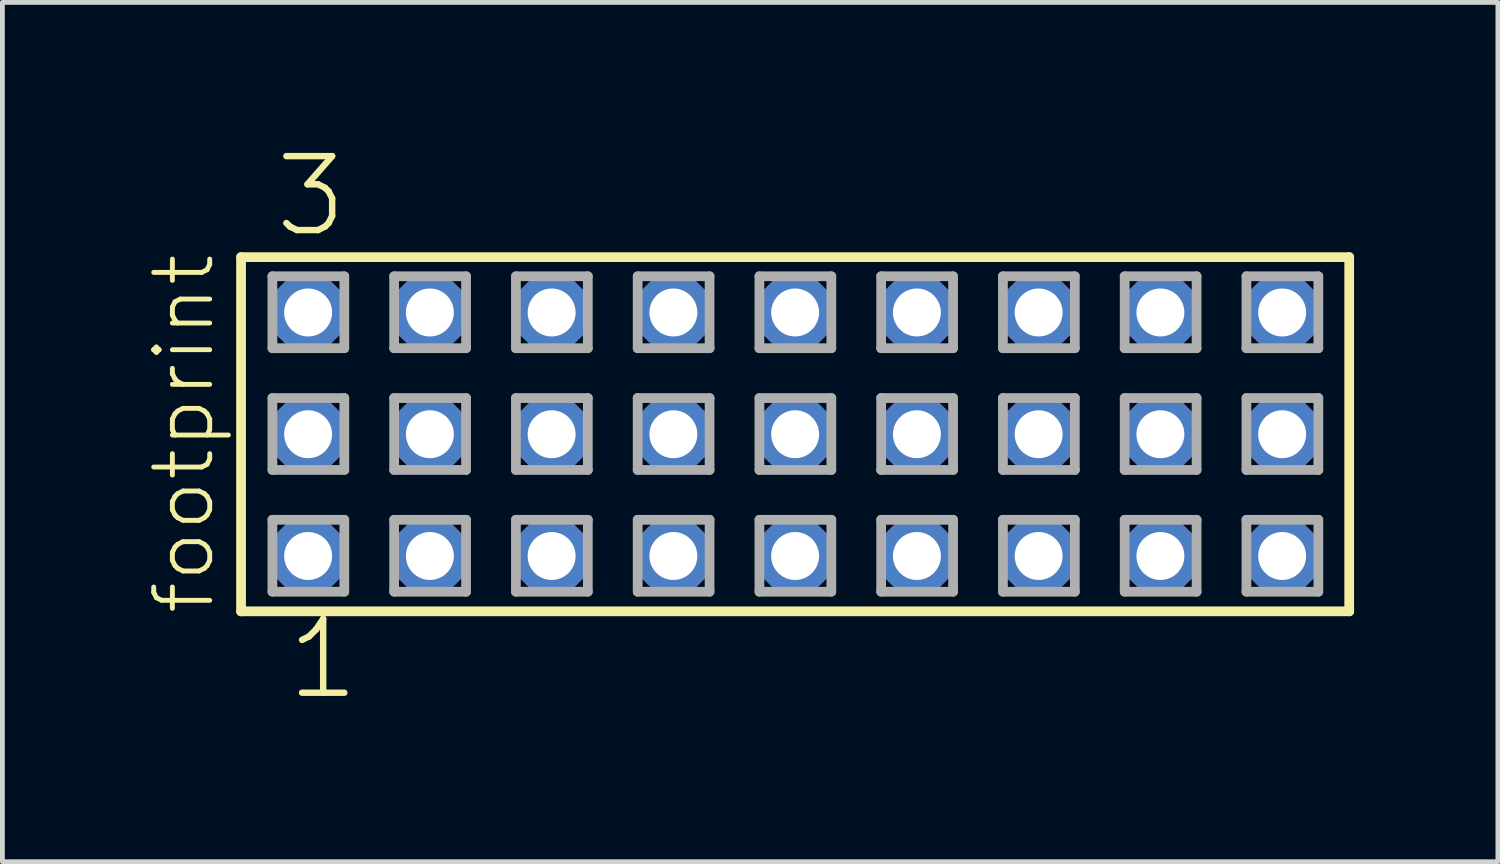
<source format=kicad_pcb>
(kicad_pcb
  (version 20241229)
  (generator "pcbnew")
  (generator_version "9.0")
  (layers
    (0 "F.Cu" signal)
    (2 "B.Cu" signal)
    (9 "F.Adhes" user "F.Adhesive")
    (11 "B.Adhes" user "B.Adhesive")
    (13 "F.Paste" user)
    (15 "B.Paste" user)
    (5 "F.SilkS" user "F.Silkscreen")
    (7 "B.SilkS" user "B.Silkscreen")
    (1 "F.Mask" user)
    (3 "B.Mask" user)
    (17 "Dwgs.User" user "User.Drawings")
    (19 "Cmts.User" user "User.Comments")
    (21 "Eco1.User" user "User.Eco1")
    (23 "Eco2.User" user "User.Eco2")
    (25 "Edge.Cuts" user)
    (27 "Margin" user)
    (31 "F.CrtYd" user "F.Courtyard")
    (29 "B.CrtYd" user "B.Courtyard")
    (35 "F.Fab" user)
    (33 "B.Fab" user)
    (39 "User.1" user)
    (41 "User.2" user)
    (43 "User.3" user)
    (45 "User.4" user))
  (footprint "footprint"
    (layer "F.Cu")
    (at 13.538 6.009)
    (property "Reference" "footprint" (at -12.065 3.81 90) (layer "F.SilkS") (effects (font (size 1.168 1.168) (thickness 0.102)) (justify left bottom)))
    (fp_line (start -11.559 -3.695) (end 11.559 -3.695) (stroke (width 0.203) (type solid)) (layer "F.SilkS"))
    (fp_line (start -11.559 3.695) (end -11.559 -3.695) (stroke (width 0.203) (type solid)) (layer "F.SilkS"))
    (fp_line (start 11.559 -3.695) (end 11.559 3.695) (stroke (width 0.203) (type solid)) (layer "F.SilkS"))
    (fp_line (start 11.559 3.695) (end -11.559 3.695) (stroke (width 0.203) (type solid)) (layer "F.SilkS"))
    (fp_line (start -10.905 -3.295) (end -9.405 -3.295) (stroke (width 0.203) (type solid)) (layer "F.Fab"))
    (fp_line (start -10.905 -1.795) (end -10.905 -3.295) (stroke (width 0.203) (type solid)) (layer "F.Fab"))
    (fp_line (start -10.905 -0.755) (end -9.405 -0.755) (stroke (width 0.203) (type solid)) (layer "F.Fab"))
    (fp_line (start -10.905 0.745) (end -10.905 -0.755) (stroke (width 0.203) (type solid)) (layer "F.Fab"))
    (fp_line (start -10.905 1.785) (end -9.405 1.785) (stroke (width 0.203) (type solid)) (layer "F.Fab"))
    (fp_line (start -10.905 3.285) (end -10.905 1.785) (stroke (width 0.203) (type solid)) (layer "F.Fab"))
    (fp_line (start -9.405 -3.295) (end -9.405 -1.795) (stroke (width 0.203) (type solid)) (layer "F.Fab"))
    (fp_line (start -9.405 -1.795) (end -10.905 -1.795) (stroke (width 0.203) (type solid)) (layer "F.Fab"))
    (fp_line (start -9.405 -0.755) (end -9.405 0.745) (stroke (width 0.203) (type solid)) (layer "F.Fab"))
    (fp_line (start -9.405 0.745) (end -10.905 0.745) (stroke (width 0.203) (type solid)) (layer "F.Fab"))
    (fp_line (start -9.405 1.785) (end -9.405 3.285) (stroke (width 0.203) (type solid)) (layer "F.Fab"))
    (fp_line (start -9.405 3.285) (end -10.905 3.285) (stroke (width 0.203) (type solid)) (layer "F.Fab"))
    (fp_line (start -8.365 -3.295) (end -6.865 -3.295) (stroke (width 0.203) (type solid)) (layer "F.Fab"))
    (fp_line (start -8.365 -1.795) (end -8.365 -3.295) (stroke (width 0.203) (type solid)) (layer "F.Fab"))
    (fp_line (start -8.365 -0.755) (end -6.865 -0.755) (stroke (width 0.203) (type solid)) (layer "F.Fab"))
    (fp_line (start -8.365 0.745) (end -8.365 -0.755) (stroke (width 0.203) (type solid)) (layer "F.Fab"))
    (fp_line (start -8.365 1.785) (end -6.865 1.785) (stroke (width 0.203) (type solid)) (layer "F.Fab"))
    (fp_line (start -8.365 3.285) (end -8.365 1.785) (stroke (width 0.203) (type solid)) (layer "F.Fab"))
    (fp_line (start -6.865 -3.295) (end -6.865 -1.795) (stroke (width 0.203) (type solid)) (layer "F.Fab"))
    (fp_line (start -6.865 -1.795) (end -8.365 -1.795) (stroke (width 0.203) (type solid)) (layer "F.Fab"))
    (fp_line (start -6.865 -0.755) (end -6.865 0.745) (stroke (width 0.203) (type solid)) (layer "F.Fab"))
    (fp_line (start -6.865 0.745) (end -8.365 0.745) (stroke (width 0.203) (type solid)) (layer "F.Fab"))
    (fp_line (start -6.865 1.785) (end -6.865 3.285) (stroke (width 0.203) (type solid)) (layer "F.Fab"))
    (fp_line (start -6.865 3.285) (end -8.365 3.285) (stroke (width 0.203) (type solid)) (layer "F.Fab"))
    (fp_line (start -5.825 -3.295) (end -4.325 -3.295) (stroke (width 0.203) (type solid)) (layer "F.Fab"))
    (fp_line (start -5.825 -1.795) (end -5.825 -3.295) (stroke (width 0.203) (type solid)) (layer "F.Fab"))
    (fp_line (start -5.825 -0.755) (end -4.325 -0.755) (stroke (width 0.203) (type solid)) (layer "F.Fab"))
    (fp_line (start -5.825 0.745) (end -5.825 -0.755) (stroke (width 0.203) (type solid)) (layer "F.Fab"))
    (fp_line (start -5.825 1.785) (end -4.325 1.785) (stroke (width 0.203) (type solid)) (layer "F.Fab"))
    (fp_line (start -5.825 3.285) (end -5.825 1.785) (stroke (width 0.203) (type solid)) (layer "F.Fab"))
    (fp_line (start -4.325 -3.295) (end -4.325 -1.795) (stroke (width 0.203) (type solid)) (layer "F.Fab"))
    (fp_line (start -4.325 -1.795) (end -5.825 -1.795) (stroke (width 0.203) (type solid)) (layer "F.Fab"))
    (fp_line (start -4.325 -0.755) (end -4.325 0.745) (stroke (width 0.203) (type solid)) (layer "F.Fab"))
    (fp_line (start -4.325 0.745) (end -5.825 0.745) (stroke (width 0.203) (type solid)) (layer "F.Fab"))
    (fp_line (start -4.325 1.785) (end -4.325 3.285) (stroke (width 0.203) (type solid)) (layer "F.Fab"))
    (fp_line (start -4.325 3.285) (end -5.825 3.285) (stroke (width 0.203) (type solid)) (layer "F.Fab"))
    (fp_line (start -3.285 -3.295) (end -1.785 -3.295) (stroke (width 0.203) (type solid)) (layer "F.Fab"))
    (fp_line (start -3.285 -1.795) (end -3.285 -3.295) (stroke (width 0.203) (type solid)) (layer "F.Fab"))
    (fp_line (start -3.285 -0.755) (end -1.785 -0.755) (stroke (width 0.203) (type solid)) (layer "F.Fab"))
    (fp_line (start -3.285 0.745) (end -3.285 -0.755) (stroke (width 0.203) (type solid)) (layer "F.Fab"))
    (fp_line (start -3.285 1.785) (end -1.785 1.785) (stroke (width 0.203) (type solid)) (layer "F.Fab"))
    (fp_line (start -3.285 3.285) (end -3.285 1.785) (stroke (width 0.203) (type solid)) (layer "F.Fab"))
    (fp_line (start -1.785 -3.295) (end -1.785 -1.795) (stroke (width 0.203) (type solid)) (layer "F.Fab"))
    (fp_line (start -1.785 -1.795) (end -3.285 -1.795) (stroke (width 0.203) (type solid)) (layer "F.Fab"))
    (fp_line (start -1.785 -0.755) (end -1.785 0.745) (stroke (width 0.203) (type solid)) (layer "F.Fab"))
    (fp_line (start -1.785 0.745) (end -3.285 0.745) (stroke (width 0.203) (type solid)) (layer "F.Fab"))
    (fp_line (start -1.785 1.785) (end -1.785 3.285) (stroke (width 0.203) (type solid)) (layer "F.Fab"))
    (fp_line (start -1.785 3.285) (end -3.285 3.285) (stroke (width 0.203) (type solid)) (layer "F.Fab"))
    (fp_line (start -0.745 -3.295) (end 0.755 -3.295) (stroke (width 0.203) (type solid)) (layer "F.Fab"))
    (fp_line (start -0.745 -1.795) (end -0.745 -3.295) (stroke (width 0.203) (type solid)) (layer "F.Fab"))
    (fp_line (start -0.745 -0.755) (end 0.755 -0.755) (stroke (width 0.203) (type solid)) (layer "F.Fab"))
    (fp_line (start -0.745 0.745) (end -0.745 -0.755) (stroke (width 0.203) (type solid)) (layer "F.Fab"))
    (fp_line (start -0.745 1.785) (end 0.755 1.785) (stroke (width 0.203) (type solid)) (layer "F.Fab"))
    (fp_line (start -0.745 3.285) (end -0.745 1.785) (stroke (width 0.203) (type solid)) (layer "F.Fab"))
    (fp_line (start 0.755 -3.295) (end 0.755 -1.795) (stroke (width 0.203) (type solid)) (layer "F.Fab"))
    (fp_line (start 0.755 -1.795) (end -0.745 -1.795) (stroke (width 0.203) (type solid)) (layer "F.Fab"))
    (fp_line (start 0.755 -0.755) (end 0.755 0.745) (stroke (width 0.203) (type solid)) (layer "F.Fab"))
    (fp_line (start 0.755 0.745) (end -0.745 0.745) (stroke (width 0.203) (type solid)) (layer "F.Fab"))
    (fp_line (start 0.755 1.785) (end 0.755 3.285) (stroke (width 0.203) (type solid)) (layer "F.Fab"))
    (fp_line (start 0.755 3.285) (end -0.745 3.285) (stroke (width 0.203) (type solid)) (layer "F.Fab"))
    (fp_line (start 1.795 -3.295) (end 3.295 -3.295) (stroke (width 0.203) (type solid)) (layer "F.Fab"))
    (fp_line (start 1.795 -1.795) (end 1.795 -3.295) (stroke (width 0.203) (type solid)) (layer "F.Fab"))
    (fp_line (start 1.795 -0.755) (end 3.295 -0.755) (stroke (width 0.203) (type solid)) (layer "F.Fab"))
    (fp_line (start 1.795 0.745) (end 1.795 -0.755) (stroke (width 0.203) (type solid)) (layer "F.Fab"))
    (fp_line (start 1.795 1.785) (end 3.295 1.785) (stroke (width 0.203) (type solid)) (layer "F.Fab"))
    (fp_line (start 1.795 3.285) (end 1.795 1.785) (stroke (width 0.203) (type solid)) (layer "F.Fab"))
    (fp_line (start 3.295 -3.295) (end 3.295 -1.795) (stroke (width 0.203) (type solid)) (layer "F.Fab"))
    (fp_line (start 3.295 -1.795) (end 1.795 -1.795) (stroke (width 0.203) (type solid)) (layer "F.Fab"))
    (fp_line (start 3.295 -0.755) (end 3.295 0.745) (stroke (width 0.203) (type solid)) (layer "F.Fab"))
    (fp_line (start 3.295 0.745) (end 1.795 0.745) (stroke (width 0.203) (type solid)) (layer "F.Fab"))
    (fp_line (start 3.295 1.785) (end 3.295 3.285) (stroke (width 0.203) (type solid)) (layer "F.Fab"))
    (fp_line (start 3.295 3.285) (end 1.795 3.285) (stroke (width 0.203) (type solid)) (layer "F.Fab"))
    (fp_line (start 4.335 -3.295) (end 5.835 -3.295) (stroke (width 0.203) (type solid)) (layer "F.Fab"))
    (fp_line (start 4.335 -1.795) (end 4.335 -3.295) (stroke (width 0.203) (type solid)) (layer "F.Fab"))
    (fp_line (start 4.335 -0.755) (end 5.835 -0.755) (stroke (width 0.203) (type solid)) (layer "F.Fab"))
    (fp_line (start 4.335 0.745) (end 4.335 -0.755) (stroke (width 0.203) (type solid)) (layer "F.Fab"))
    (fp_line (start 4.335 1.785) (end 5.835 1.785) (stroke (width 0.203) (type solid)) (layer "F.Fab"))
    (fp_line (start 4.335 3.285) (end 4.335 1.785) (stroke (width 0.203) (type solid)) (layer "F.Fab"))
    (fp_line (start 5.835 -3.295) (end 5.835 -1.795) (stroke (width 0.203) (type solid)) (layer "F.Fab"))
    (fp_line (start 5.835 -1.795) (end 4.335 -1.795) (stroke (width 0.203) (type solid)) (layer "F.Fab"))
    (fp_line (start 5.835 -0.755) (end 5.835 0.745) (stroke (width 0.203) (type solid)) (layer "F.Fab"))
    (fp_line (start 5.835 0.745) (end 4.335 0.745) (stroke (width 0.203) (type solid)) (layer "F.Fab"))
    (fp_line (start 5.835 1.785) (end 5.835 3.285) (stroke (width 0.203) (type solid)) (layer "F.Fab"))
    (fp_line (start 5.835 3.285) (end 4.335 3.285) (stroke (width 0.203) (type solid)) (layer "F.Fab"))
    (fp_line (start 6.875 -3.295) (end 8.375 -3.295) (stroke (width 0.203) (type solid)) (layer "F.Fab"))
    (fp_line (start 6.875 -1.795) (end 6.875 -3.295) (stroke (width 0.203) (type solid)) (layer "F.Fab"))
    (fp_line (start 6.875 -0.755) (end 8.375 -0.755) (stroke (width 0.203) (type solid)) (layer "F.Fab"))
    (fp_line (start 6.875 0.745) (end 6.875 -0.755) (stroke (width 0.203) (type solid)) (layer "F.Fab"))
    (fp_line (start 6.875 1.785) (end 8.375 1.785) (stroke (width 0.203) (type solid)) (layer "F.Fab"))
    (fp_line (start 6.875 3.285) (end 6.875 1.785) (stroke (width 0.203) (type solid)) (layer "F.Fab"))
    (fp_line (start 8.375 -3.295) (end 8.375 -1.795) (stroke (width 0.203) (type solid)) (layer "F.Fab"))
    (fp_line (start 8.375 -1.795) (end 6.875 -1.795) (stroke (width 0.203) (type solid)) (layer "F.Fab"))
    (fp_line (start 8.375 -0.755) (end 8.375 0.745) (stroke (width 0.203) (type solid)) (layer "F.Fab"))
    (fp_line (start 8.375 0.745) (end 6.875 0.745) (stroke (width 0.203) (type solid)) (layer "F.Fab"))
    (fp_line (start 8.375 1.785) (end 8.375 3.285) (stroke (width 0.203) (type solid)) (layer "F.Fab"))
    (fp_line (start 8.375 3.285) (end 6.875 3.285) (stroke (width 0.203) (type solid)) (layer "F.Fab"))
    (fp_line (start 9.415 -3.295) (end 10.915 -3.295) (stroke (width 0.203) (type solid)) (layer "F.Fab"))
    (fp_line (start 9.415 -1.795) (end 9.415 -3.295) (stroke (width 0.203) (type solid)) (layer "F.Fab"))
    (fp_line (start 9.415 -0.755) (end 10.915 -0.755) (stroke (width 0.203) (type solid)) (layer "F.Fab"))
    (fp_line (start 9.415 0.745) (end 9.415 -0.755) (stroke (width 0.203) (type solid)) (layer "F.Fab"))
    (fp_line (start 9.415 1.785) (end 10.915 1.785) (stroke (width 0.203) (type solid)) (layer "F.Fab"))
    (fp_line (start 9.415 3.285) (end 9.415 1.785) (stroke (width 0.203) (type solid)) (layer "F.Fab"))
    (fp_line (start 10.915 -3.295) (end 10.915 -1.795) (stroke (width 0.203) (type solid)) (layer "F.Fab"))
    (fp_line (start 10.915 -1.795) (end 9.415 -1.795) (stroke (width 0.203) (type solid)) (layer "F.Fab"))
    (fp_line (start 10.915 -0.755) (end 10.915 0.745) (stroke (width 0.203) (type solid)) (layer "F.Fab"))
    (fp_line (start 10.915 0.745) (end 9.415 0.745) (stroke (width 0.203) (type solid)) (layer "F.Fab"))
    (fp_line (start 10.915 1.785) (end 10.915 3.285) (stroke (width 0.203) (type solid)) (layer "F.Fab"))
    (fp_line (start 10.915 3.285) (end 9.415 3.285) (stroke (width 0.203) (type solid)) (layer "F.Fab"))
    (fp_text user "1" (at -10.668 5.588 0) (layer "F.SilkS") (effects (font (size 1.542 1.542) (thickness 0.134)) (justify left bottom)))
    (fp_text user "3" (at -10.922 -4.064 0) (layer "F.SilkS") (effects (font (size 1.542 1.542) (thickness 0.134)) (justify left bottom)))
    (pad "1" thru_hole roundrect (at -10.16 2.54) (size 1.5 1.5) (drill 1) (layers "*.Cu" "*.Mask") (roundrect_rratio 0.25) (chamfer_ratio 0.25) (chamfer top_left top_right bottom_left bottom_right))
    (pad "2" thru_hole roundrect (at -10.16 0) (size 1.5 1.5) (drill 1) (layers "*.Cu" "*.Mask") (roundrect_rratio 0.25) (chamfer_ratio 0.25) (chamfer top_left top_right bottom_left bottom_right))
    (pad "3" thru_hole roundrect (at -10.16 -2.54) (size 1.5 1.5) (drill 1) (layers "*.Cu" "*.Mask") (roundrect_rratio 0.25) (chamfer_ratio 0.25) (chamfer top_left top_right bottom_left bottom_right))
    (pad "4" thru_hole roundrect (at -7.62 2.54) (size 1.5 1.5) (drill 1) (layers "*.Cu" "*.Mask") (roundrect_rratio 0.25) (chamfer_ratio 0.25) (chamfer top_left top_right bottom_left bottom_right))
    (pad "5" thru_hole roundrect (at -7.62 0) (size 1.5 1.5) (drill 1) (layers "*.Cu" "*.Mask") (roundrect_rratio 0.25) (chamfer_ratio 0.25) (chamfer top_left top_right bottom_left bottom_right))
    (pad "6" thru_hole roundrect (at -7.62 -2.54) (size 1.5 1.5) (drill 1) (layers "*.Cu" "*.Mask") (roundrect_rratio 0.25) (chamfer_ratio 0.25) (chamfer top_left top_right bottom_left bottom_right))
    (pad "7" thru_hole roundrect (at -5.08 2.54) (size 1.5 1.5) (drill 1) (layers "*.Cu" "*.Mask") (roundrect_rratio 0.25) (chamfer_ratio 0.25) (chamfer top_left top_right bottom_left bottom_right))
    (pad "8" thru_hole roundrect (at -5.08 0) (size 1.5 1.5) (drill 1) (layers "*.Cu" "*.Mask") (roundrect_rratio 0.25) (chamfer_ratio 0.25) (chamfer top_left top_right bottom_left bottom_right))
    (pad "9" thru_hole roundrect (at -5.08 -2.54) (size 1.5 1.5) (drill 1) (layers "*.Cu" "*.Mask") (roundrect_rratio 0.25) (chamfer_ratio 0.25) (chamfer top_left top_right bottom_left bottom_right))
    (pad "10" thru_hole roundrect (at -2.54 2.54) (size 1.5 1.5) (drill 1) (layers "*.Cu" "*.Mask") (roundrect_rratio 0.25) (chamfer_ratio 0.25) (chamfer top_left top_right bottom_left bottom_right))
    (pad "11" thru_hole roundrect (at -2.54 0) (size 1.5 1.5) (drill 1) (layers "*.Cu" "*.Mask") (roundrect_rratio 0.25) (chamfer_ratio 0.25) (chamfer top_left top_right bottom_left bottom_right))
    (pad "12" thru_hole roundrect (at -2.54 -2.54) (size 1.5 1.5) (drill 1) (layers "*.Cu" "*.Mask") (roundrect_rratio 0.25) (chamfer_ratio 0.25) (chamfer top_left top_right bottom_left bottom_right))
    (pad "13" thru_hole roundrect (at 0 2.54) (size 1.5 1.5) (drill 1) (layers "*.Cu" "*.Mask") (roundrect_rratio 0.25) (chamfer_ratio 0.25) (chamfer top_left top_right bottom_left bottom_right))
    (pad "14" thru_hole roundrect (at 0 0) (size 1.5 1.5) (drill 1) (layers "*.Cu" "*.Mask") (roundrect_rratio 0.25) (chamfer_ratio 0.25) (chamfer top_left top_right bottom_left bottom_right))
    (pad "15" thru_hole roundrect (at 0 -2.54) (size 1.5 1.5) (drill 1) (layers "*.Cu" "*.Mask") (roundrect_rratio 0.25) (chamfer_ratio 0.25) (chamfer top_left top_right bottom_left bottom_right))
    (pad "16" thru_hole roundrect (at 2.54 2.54) (size 1.5 1.5) (drill 1) (layers "*.Cu" "*.Mask") (roundrect_rratio 0.25) (chamfer_ratio 0.25) (chamfer top_left top_right bottom_left bottom_right))
    (pad "17" thru_hole roundrect (at 2.54 0) (size 1.5 1.5) (drill 1) (layers "*.Cu" "*.Mask") (roundrect_rratio 0.25) (chamfer_ratio 0.25) (chamfer top_left top_right bottom_left bottom_right))
    (pad "18" thru_hole roundrect (at 2.54 -2.54) (size 1.5 1.5) (drill 1) (layers "*.Cu" "*.Mask") (roundrect_rratio 0.25) (chamfer_ratio 0.25) (chamfer top_left top_right bottom_left bottom_right))
    (pad "19" thru_hole roundrect (at 5.08 2.54) (size 1.5 1.5) (drill 1) (layers "*.Cu" "*.Mask") (roundrect_rratio 0.25) (chamfer_ratio 0.25) (chamfer top_left top_right bottom_left bottom_right))
    (pad "20" thru_hole roundrect (at 5.08 0) (size 1.5 1.5) (drill 1) (layers "*.Cu" "*.Mask") (roundrect_rratio 0.25) (chamfer_ratio 0.25) (chamfer top_left top_right bottom_left bottom_right))
    (pad "21" thru_hole roundrect (at 5.08 -2.54) (size 1.5 1.5) (drill 1) (layers "*.Cu" "*.Mask") (roundrect_rratio 0.25) (chamfer_ratio 0.25) (chamfer top_left top_right bottom_left bottom_right))
    (pad "22" thru_hole roundrect (at 7.62 2.54) (size 1.5 1.5) (drill 1) (layers "*.Cu" "*.Mask") (roundrect_rratio 0.25) (chamfer_ratio 0.25) (chamfer top_left top_right bottom_left bottom_right))
    (pad "23" thru_hole roundrect (at 7.62 0) (size 1.5 1.5) (drill 1) (layers "*.Cu" "*.Mask") (roundrect_rratio 0.25) (chamfer_ratio 0.25) (chamfer top_left top_right bottom_left bottom_right))
    (pad "24" thru_hole roundrect (at 7.62 -2.54) (size 1.5 1.5) (drill 1) (layers "*.Cu" "*.Mask") (roundrect_rratio 0.25) (chamfer_ratio 0.25) (chamfer top_left top_right bottom_left bottom_right))
    (pad "25" thru_hole roundrect (at 10.16 2.54) (size 1.5 1.5) (drill 1) (layers "*.Cu" "*.Mask") (roundrect_rratio 0.25) (chamfer_ratio 0.25) (chamfer top_left top_right bottom_left bottom_right))
    (pad "26" thru_hole roundrect (at 10.16 0) (size 1.5 1.5) (drill 1) (layers "*.Cu" "*.Mask") (roundrect_rratio 0.25) (chamfer_ratio 0.25) (chamfer top_left top_right bottom_left bottom_right))
    (pad "27" thru_hole roundrect (at 10.16 -2.54) (size 1.5 1.5) (drill 1) (layers "*.Cu" "*.Mask") (roundrect_rratio 0.25) (chamfer_ratio 0.25) (chamfer top_left top_right bottom_left bottom_right)))
  (gr_rect
    (start -3 -3)
    (end 28.199 14.927)
    (stroke (width 0.1) (type default))
    (fill no)
    (layer "Edge.Cuts")))
</source>
